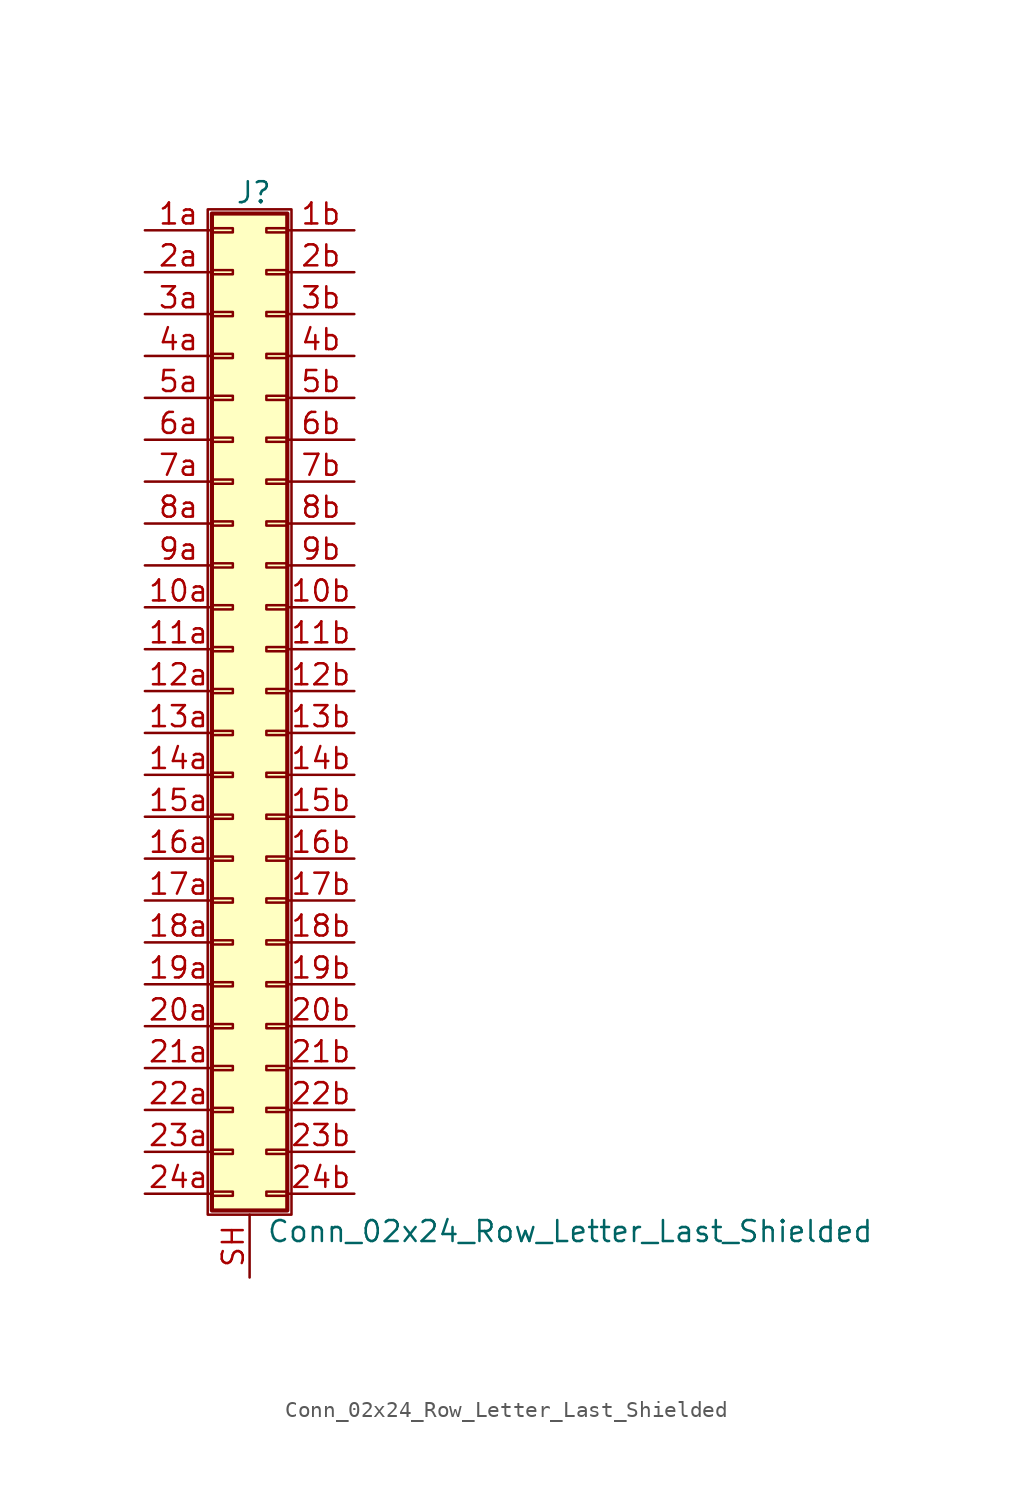
<source format=kicad_sym>
(kicad_symbol_lib
  (version 20201005)
  (generator kicad_symbol_editor)
  (symbol "Conn_02x24_Row_Letter_Last_Shielded"
    (pin_names
      (offset 1.016) hide)
    (property "Reference" "J"
      (at 1.524 30.226 0)
      (effects (font (size 1.27 1.27))))
    (property "Value" "Conn_02x24_Row_Letter_Last_Shielded"
      (at 2.286 -32.766 0)
      (effects (font (size 1.27 1.27)) (justify left)))
    (symbol "Conn_02x24_Row_Letter_Last_Shielded_1_1"
      (rectangle (start -1.27 29.21) (end 3.81 -31.75) (stroke (width 0.152)) (fill (type none)))
      (rectangle (start -1.016 -30.353) (end 0.254 -30.607) (stroke (width 0.152)) (fill (type none)))
      (rectangle (start -1.016 -27.813) (end 0.254 -28.067) (stroke (width 0.152)) (fill (type none)))
      (rectangle (start -1.016 -25.273) (end 0.254 -25.527) (stroke (width 0.152)) (fill (type none)))
      (rectangle (start -1.016 -22.733) (end 0.254 -22.987) (stroke (width 0.152)) (fill (type none)))
      (rectangle (start -1.016 -20.193) (end 0.254 -20.447) (stroke (width 0.152)) (fill (type none)))
      (rectangle (start -1.016 -17.653) (end 0.254 -17.907) (stroke (width 0.152)) (fill (type none)))
      (rectangle (start -1.016 -15.113) (end 0.254 -15.367) (stroke (width 0.152)) (fill (type none)))
      (rectangle (start -1.016 -12.573) (end 0.254 -12.827) (stroke (width 0.152)) (fill (type none)))
      (rectangle (start -1.016 -10.033) (end 0.254 -10.287) (stroke (width 0.152)) (fill (type none)))
      (rectangle (start -1.016 -7.493) (end 0.254 -7.747) (stroke (width 0.152)) (fill (type none)))
      (rectangle (start -1.016 -4.953) (end 0.254 -5.207) (stroke (width 0.152)) (fill (type none)))
      (rectangle (start -1.016 -2.413) (end 0.254 -2.667) (stroke (width 0.152)) (fill (type none)))
      (rectangle (start -1.016 0.127) (end 0.254 -0.127) (stroke (width 0.152)) (fill (type none)))
      (rectangle (start -1.016 2.667) (end 0.254 2.413) (stroke (width 0.152)) (fill (type none)))
      (rectangle (start -1.016 5.207) (end 0.254 4.953) (stroke (width 0.152)) (fill (type none)))
      (rectangle (start -1.016 7.747) (end 0.254 7.493) (stroke (width 0.152)) (fill (type none)))
      (rectangle (start -1.016 10.287) (end 0.254 10.033) (stroke (width 0.152)) (fill (type none)))
      (rectangle (start -1.016 12.827) (end 0.254 12.573) (stroke (width 0.152)) (fill (type none)))
      (rectangle (start -1.016 15.367) (end 0.254 15.113) (stroke (width 0.152)) (fill (type none)))
      (rectangle (start -1.016 17.907) (end 0.254 17.653) (stroke (width 0.152)) (fill (type none)))
      (rectangle (start -1.016 20.447) (end 0.254 20.193) (stroke (width 0.152)) (fill (type none)))
      (rectangle (start -1.016 22.987) (end 0.254 22.733) (stroke (width 0.152)) (fill (type none)))
      (rectangle (start -1.016 25.527) (end 0.254 25.273) (stroke (width 0.152)) (fill (type none)))
      (rectangle (start -1.016 28.067) (end 0.254 27.813) (stroke (width 0.152)) (fill (type none)))
      (rectangle (start -1.016 28.956) (end 3.556 -31.496) (stroke (width 0.254)) (fill (type background)))
      (rectangle (start 3.556 -30.353) (end 2.286 -30.607) (stroke (width 0.152)) (fill (type none)))
      (rectangle (start 3.556 -27.813) (end 2.286 -28.067) (stroke (width 0.152)) (fill (type none)))
      (rectangle (start 3.556 -25.273) (end 2.286 -25.527) (stroke (width 0.152)) (fill (type none)))
      (rectangle (start 3.556 -22.733) (end 2.286 -22.987) (stroke (width 0.152)) (fill (type none)))
      (rectangle (start 3.556 -20.193) (end 2.286 -20.447) (stroke (width 0.152)) (fill (type none)))
      (rectangle (start 3.556 -17.653) (end 2.286 -17.907) (stroke (width 0.152)) (fill (type none)))
      (rectangle (start 3.556 -15.113) (end 2.286 -15.367) (stroke (width 0.152)) (fill (type none)))
      (rectangle (start 3.556 -12.573) (end 2.286 -12.827) (stroke (width 0.152)) (fill (type none)))
      (rectangle (start 3.556 -10.033) (end 2.286 -10.287) (stroke (width 0.152)) (fill (type none)))
      (rectangle (start 3.556 -7.493) (end 2.286 -7.747) (stroke (width 0.152)) (fill (type none)))
      (rectangle (start 3.556 -4.953) (end 2.286 -5.207) (stroke (width 0.152)) (fill (type none)))
      (rectangle (start 3.556 -2.413) (end 2.286 -2.667) (stroke (width 0.152)) (fill (type none)))
      (rectangle (start 3.556 0.127) (end 2.286 -0.127) (stroke (width 0.152)) (fill (type none)))
      (rectangle (start 3.556 2.667) (end 2.286 2.413) (stroke (width 0.152)) (fill (type none)))
      (rectangle (start 3.556 5.207) (end 2.286 4.953) (stroke (width 0.152)) (fill (type none)))
      (rectangle (start 3.556 7.747) (end 2.286 7.493) (stroke (width 0.152)) (fill (type none)))
      (rectangle (start 3.556 10.287) (end 2.286 10.033) (stroke (width 0.152)) (fill (type none)))
      (rectangle (start 3.556 12.827) (end 2.286 12.573) (stroke (width 0.152)) (fill (type none)))
      (rectangle (start 3.556 15.367) (end 2.286 15.113) (stroke (width 0.152)) (fill (type none)))
      (rectangle (start 3.556 17.907) (end 2.286 17.653) (stroke (width 0.152)) (fill (type none)))
      (rectangle (start 3.556 20.447) (end 2.286 20.193) (stroke (width 0.152)) (fill (type none)))
      (rectangle (start 3.556 22.987) (end 2.286 22.733) (stroke (width 0.152)) (fill (type none)))
      (rectangle (start 3.556 25.527) (end 2.286 25.273) (stroke (width 0.152)) (fill (type none)))
      (rectangle (start 3.556 28.067) (end 2.286 27.813) (stroke (width 0.152)) (fill (type none)))
      (pin passive line (at -5.08 5.08 0) (length 4.064) (name "Pin_10a" (effects (font (size 1.27 1.27)))) (number "10a" (effects (font (size 1.27 1.27)))))
      (pin passive line (at 7.62 5.08 180) (length 4.064) (name "Pin_10b" (effects (font (size 1.27 1.27)))) (number "10b" (effects (font (size 1.27 1.27)))))
      (pin passive line (at -5.08 2.54 0) (length 4.064) (name "Pin_11a" (effects (font (size 1.27 1.27)))) (number "11a" (effects (font (size 1.27 1.27)))))
      (pin passive line (at 7.62 2.54 180) (length 4.064) (name "Pin_11b" (effects (font (size 1.27 1.27)))) (number "11b" (effects (font (size 1.27 1.27)))))
      (pin passive line (at -5.08 0 0) (length 4.064) (name "Pin_12a" (effects (font (size 1.27 1.27)))) (number "12a" (effects (font (size 1.27 1.27)))))
      (pin passive line (at 7.62 0 180) (length 4.064) (name "Pin_12b" (effects (font (size 1.27 1.27)))) (number "12b" (effects (font (size 1.27 1.27)))))
      (pin passive line (at -5.08 -2.54 0) (length 4.064) (name "Pin_13a" (effects (font (size 1.27 1.27)))) (number "13a" (effects (font (size 1.27 1.27)))))
      (pin passive line (at 7.62 -2.54 180) (length 4.064) (name "Pin_13b" (effects (font (size 1.27 1.27)))) (number "13b" (effects (font (size 1.27 1.27)))))
      (pin passive line (at -5.08 -5.08 0) (length 4.064) (name "Pin_14a" (effects (font (size 1.27 1.27)))) (number "14a" (effects (font (size 1.27 1.27)))))
      (pin passive line (at 7.62 -5.08 180) (length 4.064) (name "Pin_14b" (effects (font (size 1.27 1.27)))) (number "14b" (effects (font (size 1.27 1.27)))))
      (pin passive line (at -5.08 -7.62 0) (length 4.064) (name "Pin_15a" (effects (font (size 1.27 1.27)))) (number "15a" (effects (font (size 1.27 1.27)))))
      (pin passive line (at 7.62 -7.62 180) (length 4.064) (name "Pin_15b" (effects (font (size 1.27 1.27)))) (number "15b" (effects (font (size 1.27 1.27)))))
      (pin passive line (at -5.08 -10.16 0) (length 4.064) (name "Pin_16a" (effects (font (size 1.27 1.27)))) (number "16a" (effects (font (size 1.27 1.27)))))
      (pin passive line (at 7.62 -10.16 180) (length 4.064) (name "Pin_16b" (effects (font (size 1.27 1.27)))) (number "16b" (effects (font (size 1.27 1.27)))))
      (pin passive line (at -5.08 -12.7 0) (length 4.064) (name "Pin_17a" (effects (font (size 1.27 1.27)))) (number "17a" (effects (font (size 1.27 1.27)))))
      (pin passive line (at 7.62 -12.7 180) (length 4.064) (name "Pin_17b" (effects (font (size 1.27 1.27)))) (number "17b" (effects (font (size 1.27 1.27)))))
      (pin passive line (at -5.08 -15.24 0) (length 4.064) (name "Pin_18a" (effects (font (size 1.27 1.27)))) (number "18a" (effects (font (size 1.27 1.27)))))
      (pin passive line (at 7.62 -15.24 180) (length 4.064) (name "Pin_18b" (effects (font (size 1.27 1.27)))) (number "18b" (effects (font (size 1.27 1.27)))))
      (pin passive line (at -5.08 -17.78 0) (length 4.064) (name "Pin_19a" (effects (font (size 1.27 1.27)))) (number "19a" (effects (font (size 1.27 1.27)))))
      (pin passive line (at 7.62 -17.78 180) (length 4.064) (name "Pin_19b" (effects (font (size 1.27 1.27)))) (number "19b" (effects (font (size 1.27 1.27)))))
      (pin passive line (at -5.08 27.94 0) (length 4.064) (name "Pin_1a" (effects (font (size 1.27 1.27)))) (number "1a" (effects (font (size 1.27 1.27)))))
      (pin passive line (at 7.62 27.94 180) (length 4.064) (name "Pin_1b" (effects (font (size 1.27 1.27)))) (number "1b" (effects (font (size 1.27 1.27)))))
      (pin passive line (at -5.08 -20.32 0) (length 4.064) (name "Pin_20a" (effects (font (size 1.27 1.27)))) (number "20a" (effects (font (size 1.27 1.27)))))
      (pin passive line (at 7.62 -20.32 180) (length 4.064) (name "Pin_20b" (effects (font (size 1.27 1.27)))) (number "20b" (effects (font (size 1.27 1.27)))))
      (pin passive line (at -5.08 -22.86 0) (length 4.064) (name "Pin_21a" (effects (font (size 1.27 1.27)))) (number "21a" (effects (font (size 1.27 1.27)))))
      (pin passive line (at 7.62 -22.86 180) (length 4.064) (name "Pin_21b" (effects (font (size 1.27 1.27)))) (number "21b" (effects (font (size 1.27 1.27)))))
      (pin passive line (at -5.08 -25.4 0) (length 4.064) (name "Pin_22a" (effects (font (size 1.27 1.27)))) (number "22a" (effects (font (size 1.27 1.27)))))
      (pin passive line (at 7.62 -25.4 180) (length 4.064) (name "Pin_22b" (effects (font (size 1.27 1.27)))) (number "22b" (effects (font (size 1.27 1.27)))))
      (pin passive line (at -5.08 -27.94 0) (length 4.064) (name "Pin_23a" (effects (font (size 1.27 1.27)))) (number "23a" (effects (font (size 1.27 1.27)))))
      (pin passive line (at 7.62 -27.94 180) (length 4.064) (name "Pin_23b" (effects (font (size 1.27 1.27)))) (number "23b" (effects (font (size 1.27 1.27)))))
      (pin passive line (at -5.08 -30.48 0) (length 4.064) (name "Pin_24a" (effects (font (size 1.27 1.27)))) (number "24a" (effects (font (size 1.27 1.27)))))
      (pin passive line (at 7.62 -30.48 180) (length 4.064) (name "Pin_24b" (effects (font (size 1.27 1.27)))) (number "24b" (effects (font (size 1.27 1.27)))))
      (pin passive line (at -5.08 25.4 0) (length 4.064) (name "Pin_2a" (effects (font (size 1.27 1.27)))) (number "2a" (effects (font (size 1.27 1.27)))))
      (pin passive line (at 7.62 25.4 180) (length 4.064) (name "Pin_2b" (effects (font (size 1.27 1.27)))) (number "2b" (effects (font (size 1.27 1.27)))))
      (pin passive line (at -5.08 22.86 0) (length 4.064) (name "Pin_3a" (effects (font (size 1.27 1.27)))) (number "3a" (effects (font (size 1.27 1.27)))))
      (pin passive line (at 7.62 22.86 180) (length 4.064) (name "Pin_3b" (effects (font (size 1.27 1.27)))) (number "3b" (effects (font (size 1.27 1.27)))))
      (pin passive line (at -5.08 20.32 0) (length 4.064) (name "Pin_4a" (effects (font (size 1.27 1.27)))) (number "4a" (effects (font (size 1.27 1.27)))))
      (pin passive line (at 7.62 20.32 180) (length 4.064) (name "Pin_4b" (effects (font (size 1.27 1.27)))) (number "4b" (effects (font (size 1.27 1.27)))))
      (pin passive line (at -5.08 17.78 0) (length 4.064) (name "Pin_5a" (effects (font (size 1.27 1.27)))) (number "5a" (effects (font (size 1.27 1.27)))))
      (pin passive line (at 7.62 17.78 180) (length 4.064) (name "Pin_5b" (effects (font (size 1.27 1.27)))) (number "5b" (effects (font (size 1.27 1.27)))))
      (pin passive line (at -5.08 15.24 0) (length 4.064) (name "Pin_6a" (effects (font (size 1.27 1.27)))) (number "6a" (effects (font (size 1.27 1.27)))))
      (pin passive line (at 7.62 15.24 180) (length 4.064) (name "Pin_6b" (effects (font (size 1.27 1.27)))) (number "6b" (effects (font (size 1.27 1.27)))))
      (pin passive line (at -5.08 12.7 0) (length 4.064) (name "Pin_7a" (effects (font (size 1.27 1.27)))) (number "7a" (effects (font (size 1.27 1.27)))))
      (pin passive line (at 7.62 12.7 180) (length 4.064) (name "Pin_7b" (effects (font (size 1.27 1.27)))) (number "7b" (effects (font (size 1.27 1.27)))))
      (pin passive line (at -5.08 10.16 0) (length 4.064) (name "Pin_8a" (effects (font (size 1.27 1.27)))) (number "8a" (effects (font (size 1.27 1.27)))))
      (pin passive line (at 7.62 10.16 180) (length 4.064) (name "Pin_8b" (effects (font (size 1.27 1.27)))) (number "8b" (effects (font (size 1.27 1.27)))))
      (pin passive line (at -5.08 7.62 0) (length 4.064) (name "Pin_9a" (effects (font (size 1.27 1.27)))) (number "9a" (effects (font (size 1.27 1.27)))))
      (pin passive line (at 7.62 7.62 180) (length 4.064) (name "Pin_9b" (effects (font (size 1.27 1.27)))) (number "9b" (effects (font (size 1.27 1.27)))))
      (pin passive line (at 1.27 -35.56 90) (length 3.81) (name "Shield" (effects (font (size 1.27 1.27)))) (number "SH" (effects (font (size 1.27 1.27))))))))
</source>
